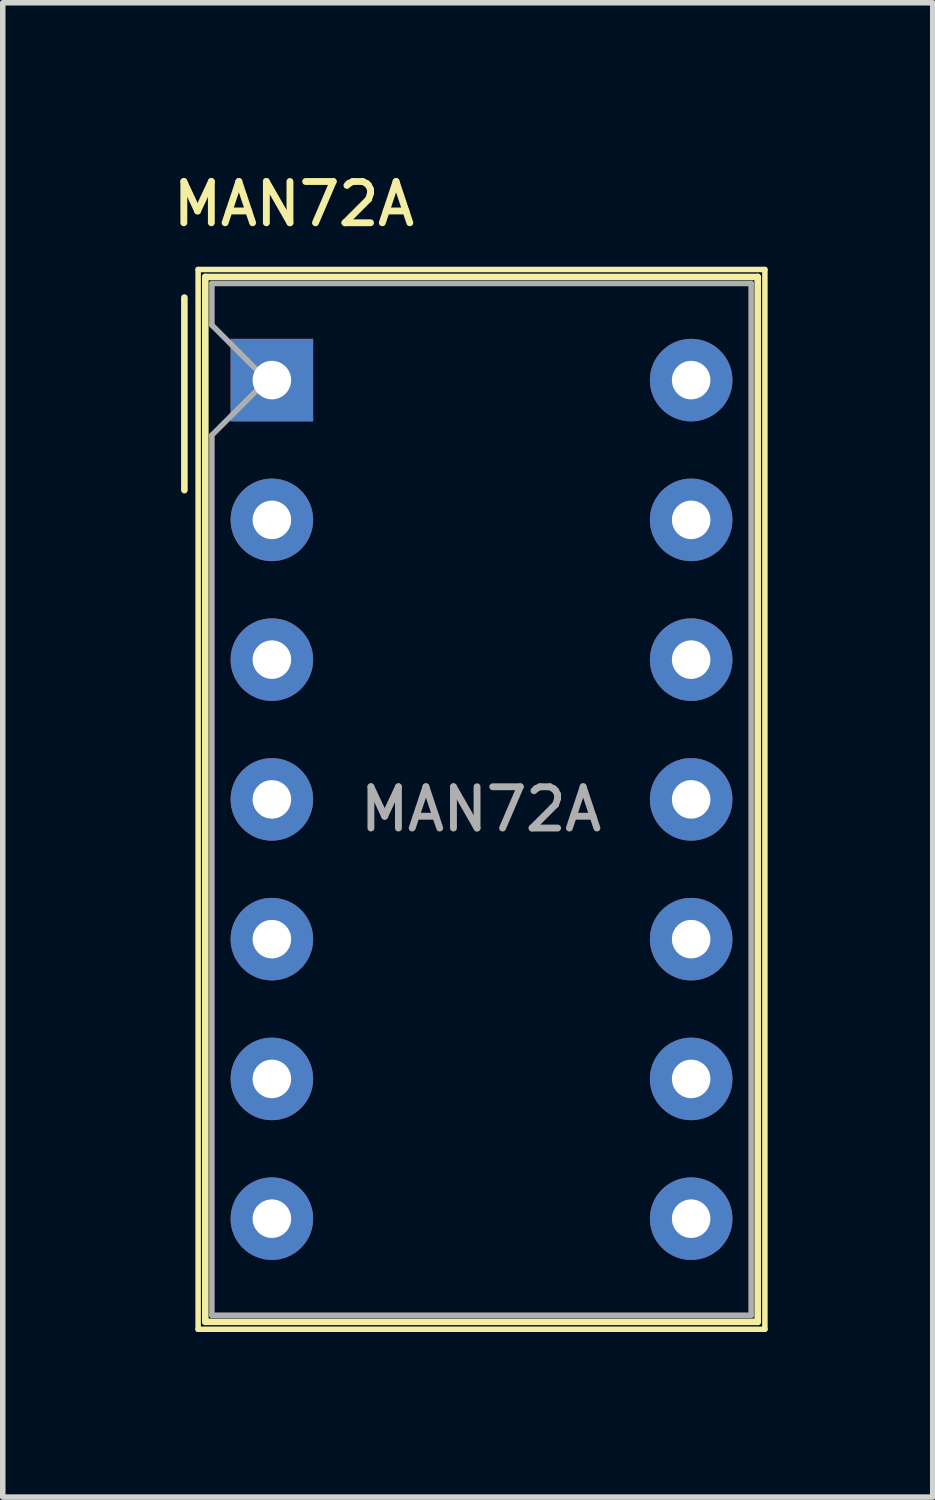
<source format=kicad_pcb>
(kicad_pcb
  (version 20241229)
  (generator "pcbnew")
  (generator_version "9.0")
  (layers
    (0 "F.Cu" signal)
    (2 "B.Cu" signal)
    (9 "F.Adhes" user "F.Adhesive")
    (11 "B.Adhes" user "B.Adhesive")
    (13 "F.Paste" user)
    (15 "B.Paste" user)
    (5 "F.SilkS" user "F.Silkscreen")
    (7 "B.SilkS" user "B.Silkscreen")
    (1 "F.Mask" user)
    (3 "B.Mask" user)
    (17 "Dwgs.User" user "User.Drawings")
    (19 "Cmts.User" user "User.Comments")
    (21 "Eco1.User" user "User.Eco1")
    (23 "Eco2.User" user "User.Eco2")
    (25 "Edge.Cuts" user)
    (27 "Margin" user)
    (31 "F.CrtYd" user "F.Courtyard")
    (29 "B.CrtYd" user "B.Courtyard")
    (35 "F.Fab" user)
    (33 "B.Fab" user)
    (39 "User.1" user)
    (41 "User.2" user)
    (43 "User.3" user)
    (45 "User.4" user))
  (footprint "MAN72A"
    (layer "F.Cu")
    (at 1.891 3.858)
    (property "Reference" "MAN72A" (at 0.4 -3.2 0) (layer "F.SilkS") (effects (font (size 0.75 0.75) (thickness 0.125))))
    (attr through_hole)
    (fp_line (start -1.59 -1.5) (end -1.59 2) (stroke (width 0.12) (type solid)) (layer "F.SilkS"))
    (fp_line (start -1.34 -2.01) (end 8.96 -2.01) (stroke (width 0.1) (type solid)) (layer "F.SilkS"))
    (fp_line (start -1.34 17.25) (end -1.34 -2.01) (stroke (width 0.1) (type solid)) (layer "F.SilkS"))
    (fp_line (start -1.21 -1.875) (end 8.83 -1.875) (stroke (width 0.12) (type solid)) (layer "F.SilkS"))
    (fp_line (start -1.21 17.115) (end -1.21 -1.875) (stroke (width 0.12) (type solid)) (layer "F.SilkS"))
    (fp_line (start 8.83 -1.875) (end 8.83 17.115) (stroke (width 0.12) (type solid)) (layer "F.SilkS"))
    (fp_line (start 8.83 17.115) (end -1.21 17.115) (stroke (width 0.12) (type solid)) (layer "F.SilkS"))
    (fp_line (start 8.96 -2.01) (end 8.96 17.25) (stroke (width 0.1) (type solid)) (layer "F.SilkS"))
    (fp_line (start 8.96 17.25) (end -1.34 17.25) (stroke (width 0.1) (type solid)) (layer "F.SilkS"))
    (fp_line (start -1.09 -1.755) (end 8.71 -1.755) (stroke (width 0.1) (type solid)) (layer "F.Fab"))
    (fp_line (start -1.09 -1) (end -1.09 -1.755) (stroke (width 0.1) (type solid)) (layer "F.Fab"))
    (fp_line (start -1.09 1) (end -0.09 0) (stroke (width 0.1) (type solid)) (layer "F.Fab"))
    (fp_line (start -1.09 16.995) (end -1.09 1) (stroke (width 0.1) (type solid)) (layer "F.Fab"))
    (fp_line (start -0.09 0) (end -1.09 -1) (stroke (width 0.1) (type solid)) (layer "F.Fab"))
    (fp_line (start 8.71 -1.755) (end 8.71 16.995) (stroke (width 0.1) (type solid)) (layer "F.Fab"))
    (fp_line (start 8.71 16.995) (end -1.09 16.995) (stroke (width 0.1) (type solid)) (layer "F.Fab"))
    (fp_text user "${REFERENCE}" (at 3.8 7.8 0) (layer "F.Fab") (effects (font (size 0.75 0.75) (thickness 0.125))))
    (pad "1" thru_hole rect (at 0 0) (size 1.5 1.5) (drill 0.7) (layers "*.Cu" "*.Mask"))
    (pad "2" thru_hole circle (at 0 2.54) (size 1.5 1.5) (drill 0.7) (layers "*.Cu" "*.Mask"))
    (pad "3" thru_hole circle (at 0 5.08) (size 1.5 1.5) (drill 0.7) (layers "*.Cu" "*.Mask"))
    (pad "4" thru_hole circle (at 0 7.62) (size 1.5 1.5) (drill 0.7) (layers "*.Cu" "*.Mask"))
    (pad "5" thru_hole circle (at 0 10.16) (size 1.5 1.5) (drill 0.7) (layers "*.Cu" "*.Mask"))
    (pad "6" thru_hole circle (at 0 12.7) (size 1.5 1.5) (drill 0.7) (layers "*.Cu" "*.Mask"))
    (pad "7" thru_hole circle (at 0 15.24) (size 1.5 1.5) (drill 0.7) (layers "*.Cu" "*.Mask"))
    (pad "8" thru_hole circle (at 7.62 15.24) (size 1.5 1.5) (drill 0.7) (layers "*.Cu" "*.Mask"))
    (pad "9" thru_hole circle (at 7.62 12.7) (size 1.5 1.5) (drill 0.7) (layers "*.Cu" "*.Mask"))
    (pad "10" thru_hole circle (at 7.62 10.16) (size 1.5 1.5) (drill 0.7) (layers "*.Cu" "*.Mask"))
    (pad "11" thru_hole circle (at 7.62 7.62) (size 1.5 1.5) (drill 0.7) (layers "*.Cu" "*.Mask"))
    (pad "12" thru_hole circle (at 7.62 5.08) (size 1.5 1.5) (drill 0.7) (layers "*.Cu" "*.Mask"))
    (pad "13" thru_hole circle (at 7.62 2.54) (size 1.5 1.5) (drill 0.7) (layers "*.Cu" "*.Mask"))
    (pad "14" thru_hole circle (at 7.62 0) (size 1.5 1.5) (drill 0.7) (layers "*.Cu" "*.Mask")))
  (gr_rect
    (start -3 -3)
    (end 13.901 24.158)
    (stroke (width 0.1) (type default))
    (fill no)
    (layer "Edge.Cuts")))
</source>
